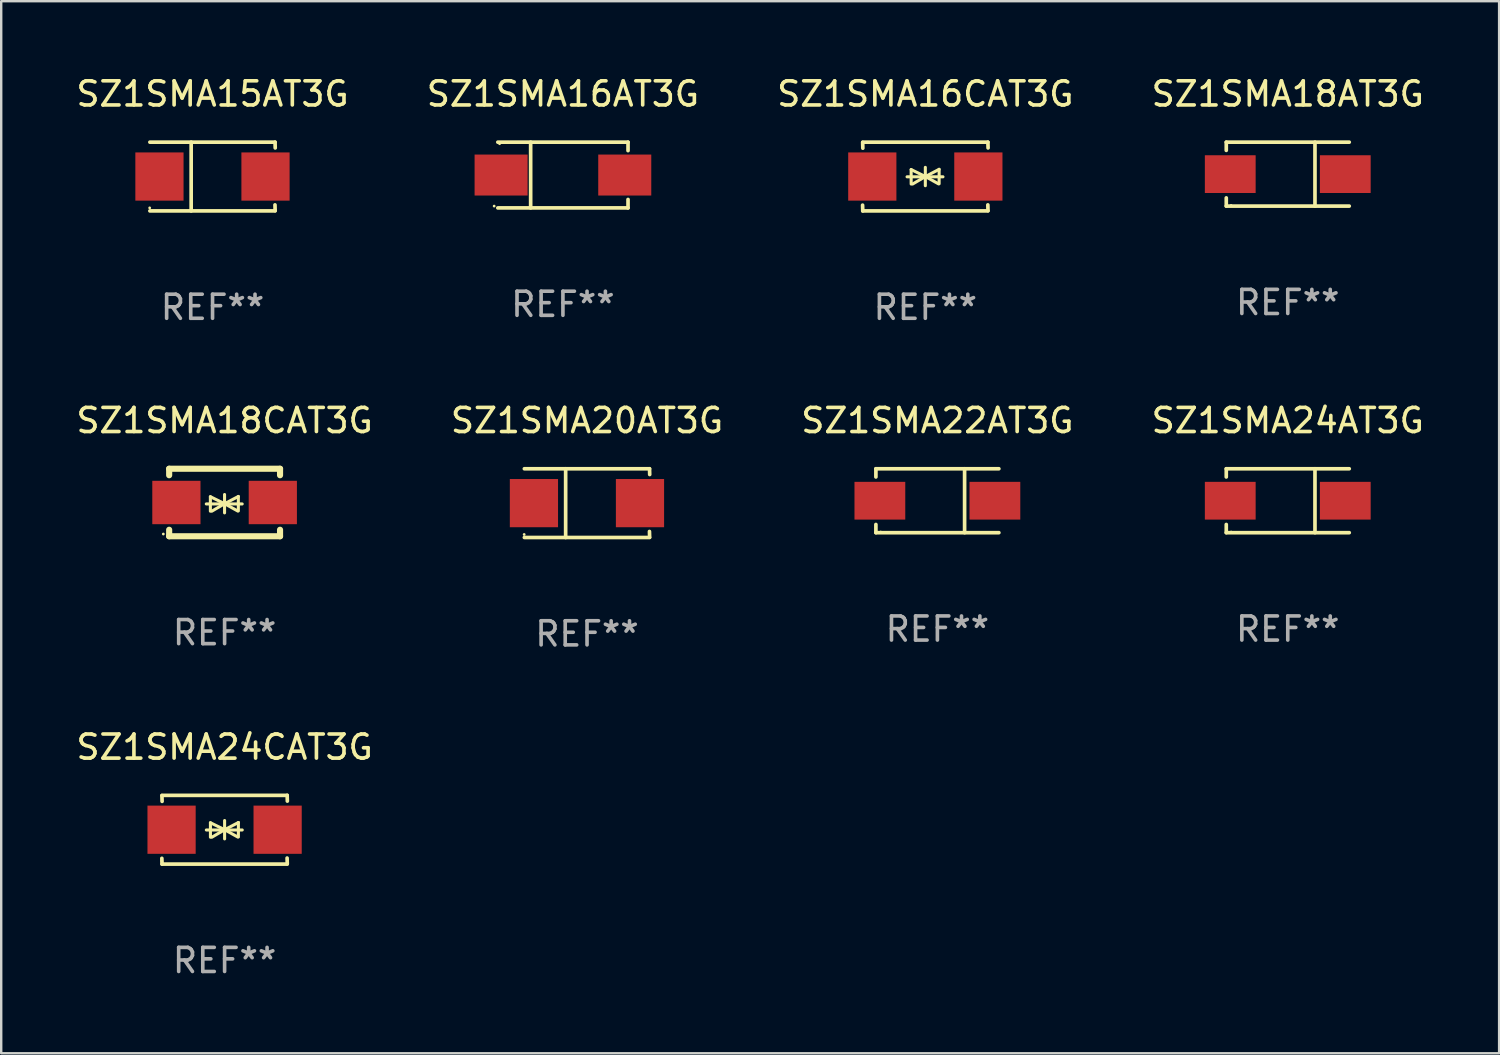
<source format=kicad_pcb>
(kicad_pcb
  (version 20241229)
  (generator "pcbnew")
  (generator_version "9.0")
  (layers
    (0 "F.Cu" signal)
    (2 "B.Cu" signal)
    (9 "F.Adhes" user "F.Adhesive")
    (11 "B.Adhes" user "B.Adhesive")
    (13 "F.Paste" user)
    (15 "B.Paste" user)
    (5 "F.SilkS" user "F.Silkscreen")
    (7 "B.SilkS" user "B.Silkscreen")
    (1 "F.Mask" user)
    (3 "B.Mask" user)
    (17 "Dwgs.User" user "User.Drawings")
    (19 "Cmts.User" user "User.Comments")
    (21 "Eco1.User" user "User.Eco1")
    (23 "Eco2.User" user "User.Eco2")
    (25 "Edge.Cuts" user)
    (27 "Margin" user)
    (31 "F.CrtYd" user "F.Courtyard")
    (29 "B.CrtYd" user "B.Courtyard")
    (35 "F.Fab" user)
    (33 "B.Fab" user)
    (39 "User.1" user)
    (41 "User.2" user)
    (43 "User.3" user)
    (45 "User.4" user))
  (footprint "SZ1SMA24CAT3G"
    (layer "F.Cu")
    (at 6.268 31.372)
    (property "Reference" "SZ1SMA24CAT3G" (at 0 -3.426 0) (layer "F.SilkS") (effects (font (size 1 1) (thickness 0.15))))
    (attr through_hole)
    (fp_line (start -2.596 -1.426) (end 2.596 -1.426) (stroke (width 0.152) (type solid)) (layer "F.SilkS"))
    (fp_line (start -2.596 1.426) (end -2.603 1.187) (stroke (width 0.152) (type solid)) (layer "F.SilkS"))
    (fp_line (start -2.596 1.426) (end 2.596 1.426) (stroke (width 0.152) (type solid)) (layer "F.SilkS"))
    (fp_line (start -2.593 -1.176) (end -2.6 -1.415) (stroke (width 0.152) (type solid)) (layer "F.SilkS"))
    (fp_line (start -0.758 0.011) (end 0.732 0.011) (stroke (width 0.127) (type solid)) (layer "F.SilkS"))
    (fp_line (start -0.588 -0.289) (end -0.588 0.311) (stroke (width 0.127) (type solid)) (layer "F.SilkS"))
    (fp_line (start -0.588 -0.289) (end 0 0) (stroke (width 0.127) (type solid)) (layer "F.SilkS"))
    (fp_line (start -0.528 0.311) (end 0 0) (stroke (width 0.127) (type solid)) (layer "F.SilkS"))
    (fp_line (start 0 0) (end 0 -0.381) (stroke (width 0.127) (type solid)) (layer "F.SilkS"))
    (fp_line (start 0 0) (end 0 0.381) (stroke (width 0.127) (type solid)) (layer "F.SilkS"))
    (fp_line (start 0.542 0.301) (end 0 0) (stroke (width 0.127) (type solid)) (layer "F.SilkS"))
    (fp_line (start 0.572 -0.299) (end 0 0) (stroke (width 0.127) (type solid)) (layer "F.SilkS"))
    (fp_line (start 0.572 -0.299) (end 0.572 0.301) (stroke (width 0.127) (type solid)) (layer "F.SilkS"))
    (fp_line (start 2.593 1.176) (end 2.6 1.415) (stroke (width 0.152) (type solid)) (layer "F.SilkS"))
    (fp_line (start 2.596 -1.426) (end 2.603 -1.187) (stroke (width 0.152) (type solid)) (layer "F.SilkS"))
    (fp_circle (center -2.605 1.3) (end -2.575 1.3) (stroke (width 0.06) (type solid)) (fill no) (layer "F.SilkS"))
    (fp_text user "REF**" (at 0 5.426 0) (layer "F.Fab") (effects (font (size 1 1) (thickness 0.15))))
    (pad "1" smd rect (at -2.2 0 180) (size 2 2) (layers "F.Cu" "F.Mask" "F.Paste"))
    (pad "2" smd rect (at 2.2 0 180) (size 2 2) (layers "F.Cu" "F.Mask" "F.Paste")))
  (footprint "SZ1SMA18AT3G"
    (layer "F.Cu")
    (at 50.375 4.174)
    (property "Reference" "SZ1SMA18AT3G" (at 0 -3.326 0) (layer "F.SilkS") (effects (font (size 1 1) (thickness 0.15))))
    (attr through_hole)
    (fp_line (start -2.551 -1.326) (end -2.551 -0.986) (stroke (width 0.152) (type solid)) (layer "F.SilkS"))
    (fp_line (start -2.551 1.326) (end -2.551 0.986) (stroke (width 0.152) (type solid)) (layer "F.SilkS"))
    (fp_line (start 1.129 1.326) (end 1.129 -1.326) (stroke (width 0.152) (type solid)) (layer "F.SilkS"))
    (fp_line (start 2.551 -1.326) (end -2.551 -1.326) (stroke (width 0.152) (type solid)) (layer "F.SilkS"))
    (fp_line (start 2.551 1.326) (end -2.551 1.326) (stroke (width 0.152) (type solid)) (layer "F.SilkS"))
    (fp_circle (center -2.35 1.3) (end -2.32 1.3) (stroke (width 0.06) (type solid)) (fill no) (layer "F.SilkS"))
    (fp_text user "REF**" (at 0 5.326 0) (layer "F.Fab") (effects (font (size 1 1) (thickness 0.15))))
    (pad "1" smd rect (at -2.386 0) (size 2.107 1.566) (layers "F.Cu" "F.Mask" "F.Paste"))
    (pad "2" smd rect (at 2.386 0) (size 2.107 1.566) (layers "F.Cu" "F.Mask" "F.Paste")))
  (footprint "SZ1SMA24AT3G"
    (layer "F.Cu")
    (at 50.375 17.723)
    (property "Reference" "SZ1SMA24AT3G" (at 0 -3.326 0) (layer "F.SilkS") (effects (font (size 1 1) (thickness 0.15))))
    (attr through_hole)
    (fp_line (start -2.551 -1.326) (end -2.551 -0.986) (stroke (width 0.152) (type solid)) (layer "F.SilkS"))
    (fp_line (start -2.551 1.326) (end -2.551 0.986) (stroke (width 0.152) (type solid)) (layer "F.SilkS"))
    (fp_line (start 1.129 1.326) (end 1.129 -1.326) (stroke (width 0.152) (type solid)) (layer "F.SilkS"))
    (fp_line (start 2.551 -1.326) (end -2.551 -1.326) (stroke (width 0.152) (type solid)) (layer "F.SilkS"))
    (fp_line (start 2.551 1.326) (end -2.551 1.326) (stroke (width 0.152) (type solid)) (layer "F.SilkS"))
    (fp_circle (center -2.35 1.3) (end -2.32 1.3) (stroke (width 0.06) (type solid)) (fill no) (layer "F.SilkS"))
    (fp_text user "REF**" (at 0 5.326 0) (layer "F.Fab") (effects (font (size 1 1) (thickness 0.15))))
    (pad "1" smd rect (at -2.386 0) (size 2.107 1.566) (layers "F.Cu" "F.Mask" "F.Paste"))
    (pad "2" smd rect (at 2.386 0) (size 2.107 1.566) (layers "F.Cu" "F.Mask" "F.Paste")))
  (footprint "SZ1SMA15AT3G"
    (layer "F.Cu")
    (at 5.768 4.274)
    (property "Reference" "SZ1SMA15AT3G" (at 0 -3.426 0) (layer "F.SilkS") (effects (font (size 1 1) (thickness 0.15))))
    (attr through_hole)
    (fp_line (start -2.6 -1.426) (end 2.593 -1.426) (stroke (width 0.152) (type solid)) (layer "F.SilkS"))
    (fp_line (start -2.6 1.426) (end 2.593 1.426) (stroke (width 0.152) (type solid)) (layer "F.SilkS"))
    (fp_line (start -0.887 -1.426) (end -0.887 1.426) (stroke (width 0.152) (type solid)) (layer "F.SilkS"))
    (fp_line (start 2.59 1.176) (end 2.597 1.415) (stroke (width 0.152) (type solid)) (layer "F.SilkS"))
    (fp_line (start 2.593 -1.426) (end 2.6 -1.187) (stroke (width 0.152) (type solid)) (layer "F.SilkS"))
    (fp_circle (center -2.608 1.3) (end -2.578 1.3) (stroke (width 0.06) (type solid)) (fill no) (layer "F.SilkS"))
    (fp_text user "REF**" (at 0 5.426 0) (layer "F.Fab") (effects (font (size 1 1) (thickness 0.15))))
    (pad "1" smd rect (at -2.203 0 180) (size 2 2) (layers "F.Cu" "F.Mask" "F.Paste"))
    (pad "2" smd rect (at 2.197 0 180) (size 2 2) (layers "F.Cu" "F.Mask" "F.Paste")))
  (footprint "SZ1SMA16CAT3G"
    (layer "F.Cu")
    (at 35.339 4.274)
    (property "Reference" "SZ1SMA16CAT3G" (at 0 -3.426 0) (layer "F.SilkS") (effects (font (size 1 1) (thickness 0.15))))
    (attr through_hole)
    (fp_line (start -2.596 -1.426) (end 2.596 -1.426) (stroke (width 0.152) (type solid)) (layer "F.SilkS"))
    (fp_line (start -2.596 1.426) (end -2.603 1.187) (stroke (width 0.152) (type solid)) (layer "F.SilkS"))
    (fp_line (start -2.596 1.426) (end 2.596 1.426) (stroke (width 0.152) (type solid)) (layer "F.SilkS"))
    (fp_line (start -2.593 -1.176) (end -2.6 -1.415) (stroke (width 0.152) (type solid)) (layer "F.SilkS"))
    (fp_line (start -0.758 0.011) (end 0.732 0.011) (stroke (width 0.127) (type solid)) (layer "F.SilkS"))
    (fp_line (start -0.588 -0.289) (end -0.588 0.311) (stroke (width 0.127) (type solid)) (layer "F.SilkS"))
    (fp_line (start -0.588 -0.289) (end 0 0) (stroke (width 0.127) (type solid)) (layer "F.SilkS"))
    (fp_line (start -0.528 0.311) (end 0 0) (stroke (width 0.127) (type solid)) (layer "F.SilkS"))
    (fp_line (start 0 0) (end 0 -0.381) (stroke (width 0.127) (type solid)) (layer "F.SilkS"))
    (fp_line (start 0 0) (end 0 0.381) (stroke (width 0.127) (type solid)) (layer "F.SilkS"))
    (fp_line (start 0.542 0.301) (end 0 0) (stroke (width 0.127) (type solid)) (layer "F.SilkS"))
    (fp_line (start 0.572 -0.299) (end 0 0) (stroke (width 0.127) (type solid)) (layer "F.SilkS"))
    (fp_line (start 0.572 -0.299) (end 0.572 0.301) (stroke (width 0.127) (type solid)) (layer "F.SilkS"))
    (fp_line (start 2.593 1.176) (end 2.6 1.415) (stroke (width 0.152) (type solid)) (layer "F.SilkS"))
    (fp_line (start 2.596 -1.426) (end 2.603 -1.187) (stroke (width 0.152) (type solid)) (layer "F.SilkS"))
    (fp_circle (center -2.605 1.3) (end -2.575 1.3) (stroke (width 0.06) (type solid)) (fill no) (layer "F.SilkS"))
    (fp_text user "REF**" (at 0 5.426 0) (layer "F.Fab") (effects (font (size 1 1) (thickness 0.15))))
    (pad "1" smd rect (at -2.2 0 180) (size 2 2) (layers "F.Cu" "F.Mask" "F.Paste"))
    (pad "2" smd rect (at 2.2 0 180) (size 2 2) (layers "F.Cu" "F.Mask" "F.Paste")))
  (footprint "SZ1SMA16AT3G"
    (layer "F.Cu")
    (at 20.304 4.212)
    (property "Reference" "SZ1SMA16AT3G" (at 0 -3.364 0) (layer "F.SilkS") (effects (font (size 1 1) (thickness 0.15))))
    (attr through_hole)
    (fp_line (start -2.701 -1.364) (end 2.701 -1.364) (stroke (width 0.152) (type solid)) (layer "F.SilkS"))
    (fp_line (start -2.701 1.364) (end 2.701 1.364) (stroke (width 0.152) (type solid)) (layer "F.SilkS"))
    (fp_line (start -1.339 -1.364) (end -1.339 1.364) (stroke (width 0.152) (type solid)) (layer "F.SilkS"))
    (fp_line (start 2.701 -1.364) (end 2.701 -1.013) (stroke (width 0.152) (type solid)) (layer "F.SilkS"))
    (fp_line (start 2.701 1.364) (end 2.701 1.013) (stroke (width 0.152) (type solid)) (layer "F.SilkS"))
    (fp_circle (center -2.853 1.288) (end -2.823 1.288) (stroke (width 0.06) (type solid)) (fill no) (layer "F.SilkS"))
    (fp_circle (center -2.628 -1.3) (end -2.598 -1.3) (stroke (width 0.06) (type solid)) (fill no) (layer "F.SilkS"))
    (fp_text user "REF**" (at 0 5.364 0) (layer "F.Fab") (effects (font (size 1 1) (thickness 0.15))))
    (pad "1" smd rect (at -2.565 0.000025) (size 2.2 1.7) (layers "F.Cu" "F.Mask" "F.Paste"))
    (pad "2" smd rect (at 2.565 0.000025) (size 2.2 1.7) (layers "F.Cu" "F.Mask" "F.Paste")))
  (footprint "SZ1SMA18CAT3G"
    (layer "F.Cu")
    (at 6.268 17.797)
    (property "Reference" "SZ1SMA18CAT3G" (at 0 -3.4 0) (layer "F.SilkS") (effects (font (size 1 1) (thickness 0.15))))
    (attr through_hole)
    (fp_line (start -2.3 -1.4) (end -2.3 -1.131) (stroke (width 0.254) (type solid)) (layer "F.SilkS"))
    (fp_line (start -2.3 -1.4) (end 2.3 -1.4) (stroke (width 0.254) (type solid)) (layer "F.SilkS"))
    (fp_line (start -2.3 1.131) (end -2.3 1.4) (stroke (width 0.254) (type solid)) (layer "F.SilkS"))
    (fp_line (start -2.3 1.4) (end 2.3 1.4) (stroke (width 0.254) (type solid)) (layer "F.SilkS"))
    (fp_line (start -0.76 0.06) (end 0.73 0.06) (stroke (width 0.127) (type solid)) (layer "F.SilkS"))
    (fp_line (start -0.59 -0.24) (end -0.59 0.36) (stroke (width 0.127) (type solid)) (layer "F.SilkS"))
    (fp_line (start -0.59 -0.24) (end -0.002 0.049) (stroke (width 0.127) (type solid)) (layer "F.SilkS"))
    (fp_line (start -0.53 0.36) (end -0.002 0.049) (stroke (width 0.127) (type solid)) (layer "F.SilkS"))
    (fp_line (start -0.002 0.049) (end -0.002 -0.332) (stroke (width 0.127) (type solid)) (layer "F.SilkS"))
    (fp_line (start -0.002 0.049) (end -0.002 0.43) (stroke (width 0.127) (type solid)) (layer "F.SilkS"))
    (fp_line (start 0.54 0.35) (end -0.002 0.049) (stroke (width 0.127) (type solid)) (layer "F.SilkS"))
    (fp_line (start 0.57 -0.25) (end -0.002 0.049) (stroke (width 0.127) (type solid)) (layer "F.SilkS"))
    (fp_line (start 0.57 -0.25) (end 0.57 0.35) (stroke (width 0.127) (type solid)) (layer "F.SilkS"))
    (fp_line (start 2.3 -1.4) (end 2.3 -1.131) (stroke (width 0.254) (type solid)) (layer "F.SilkS"))
    (fp_line (start 2.3 1.131) (end 2.3 1.4) (stroke (width 0.254) (type solid)) (layer "F.SilkS"))
    (fp_circle (center -2.542 1.308) (end -2.512 1.308) (stroke (width 0.06) (type solid)) (fill no) (layer "F.SilkS"))
    (fp_text user "REF**" (at 0 5.4 0) (layer "F.Fab") (effects (font (size 1 1) (thickness 0.15))))
    (pad "1" smd rect (at -2 0) (size 2 1.8) (layers "F.Cu" "F.Mask" "F.Paste"))
    (pad "2" smd rect (at 2 0) (size 2 1.8) (layers "F.Cu" "F.Mask" "F.Paste")))
  (footprint "SZ1SMA22AT3G"
    (layer "F.Cu")
    (at 35.839 17.723)
    (property "Reference" "SZ1SMA22AT3G" (at 0 -3.326 0) (layer "F.SilkS") (effects (font (size 1 1) (thickness 0.15))))
    (attr through_hole)
    (fp_line (start -2.551 -1.326) (end -2.551 -0.986) (stroke (width 0.152) (type solid)) (layer "F.SilkS"))
    (fp_line (start -2.551 1.326) (end -2.551 0.986) (stroke (width 0.152) (type solid)) (layer "F.SilkS"))
    (fp_line (start 1.129 1.326) (end 1.129 -1.326) (stroke (width 0.152) (type solid)) (layer "F.SilkS"))
    (fp_line (start 2.551 -1.326) (end -2.551 -1.326) (stroke (width 0.152) (type solid)) (layer "F.SilkS"))
    (fp_line (start 2.551 1.326) (end -2.551 1.326) (stroke (width 0.152) (type solid)) (layer "F.SilkS"))
    (fp_circle (center -2.35 1.3) (end -2.32 1.3) (stroke (width 0.06) (type solid)) (fill no) (layer "F.SilkS"))
    (fp_text user "REF**" (at 0 5.326 0) (layer "F.Fab") (effects (font (size 1 1) (thickness 0.15))))
    (pad "1" smd rect (at -2.386 0) (size 2.107 1.566) (layers "F.Cu" "F.Mask" "F.Paste"))
    (pad "2" smd rect (at 2.386 0) (size 2.107 1.566) (layers "F.Cu" "F.Mask" "F.Paste")))
  (footprint "SZ1SMA20AT3G"
    (layer "F.Cu")
    (at 21.304 17.823)
    (property "Reference" "SZ1SMA20AT3G" (at 0 -3.426 0) (layer "F.SilkS") (effects (font (size 1 1) (thickness 0.15))))
    (attr through_hole)
    (fp_line (start -2.6 -1.426) (end 2.593 -1.426) (stroke (width 0.152) (type solid)) (layer "F.SilkS"))
    (fp_line (start -2.6 1.426) (end 2.593 1.426) (stroke (width 0.152) (type solid)) (layer "F.SilkS"))
    (fp_line (start -0.887 -1.426) (end -0.887 1.426) (stroke (width 0.152) (type solid)) (layer "F.SilkS"))
    (fp_line (start 2.59 1.176) (end 2.597 1.415) (stroke (width 0.152) (type solid)) (layer "F.SilkS"))
    (fp_line (start 2.593 -1.426) (end 2.6 -1.187) (stroke (width 0.152) (type solid)) (layer "F.SilkS"))
    (fp_circle (center -2.608 1.3) (end -2.578 1.3) (stroke (width 0.06) (type solid)) (fill no) (layer "F.SilkS"))
    (fp_text user "REF**" (at 0 5.426 0) (layer "F.Fab") (effects (font (size 1 1) (thickness 0.15))))
    (pad "1" smd rect (at -2.203 0 180) (size 2 2) (layers "F.Cu" "F.Mask" "F.Paste"))
    (pad "2" smd rect (at 2.197 0 180) (size 2 2) (layers "F.Cu" "F.Mask" "F.Paste")))
  (gr_rect
    (start -3 -3)
    (end 59.143 40.647)
    (stroke (width 0.1) (type default))
    (fill no)
    (layer "Edge.Cuts")))
</source>
